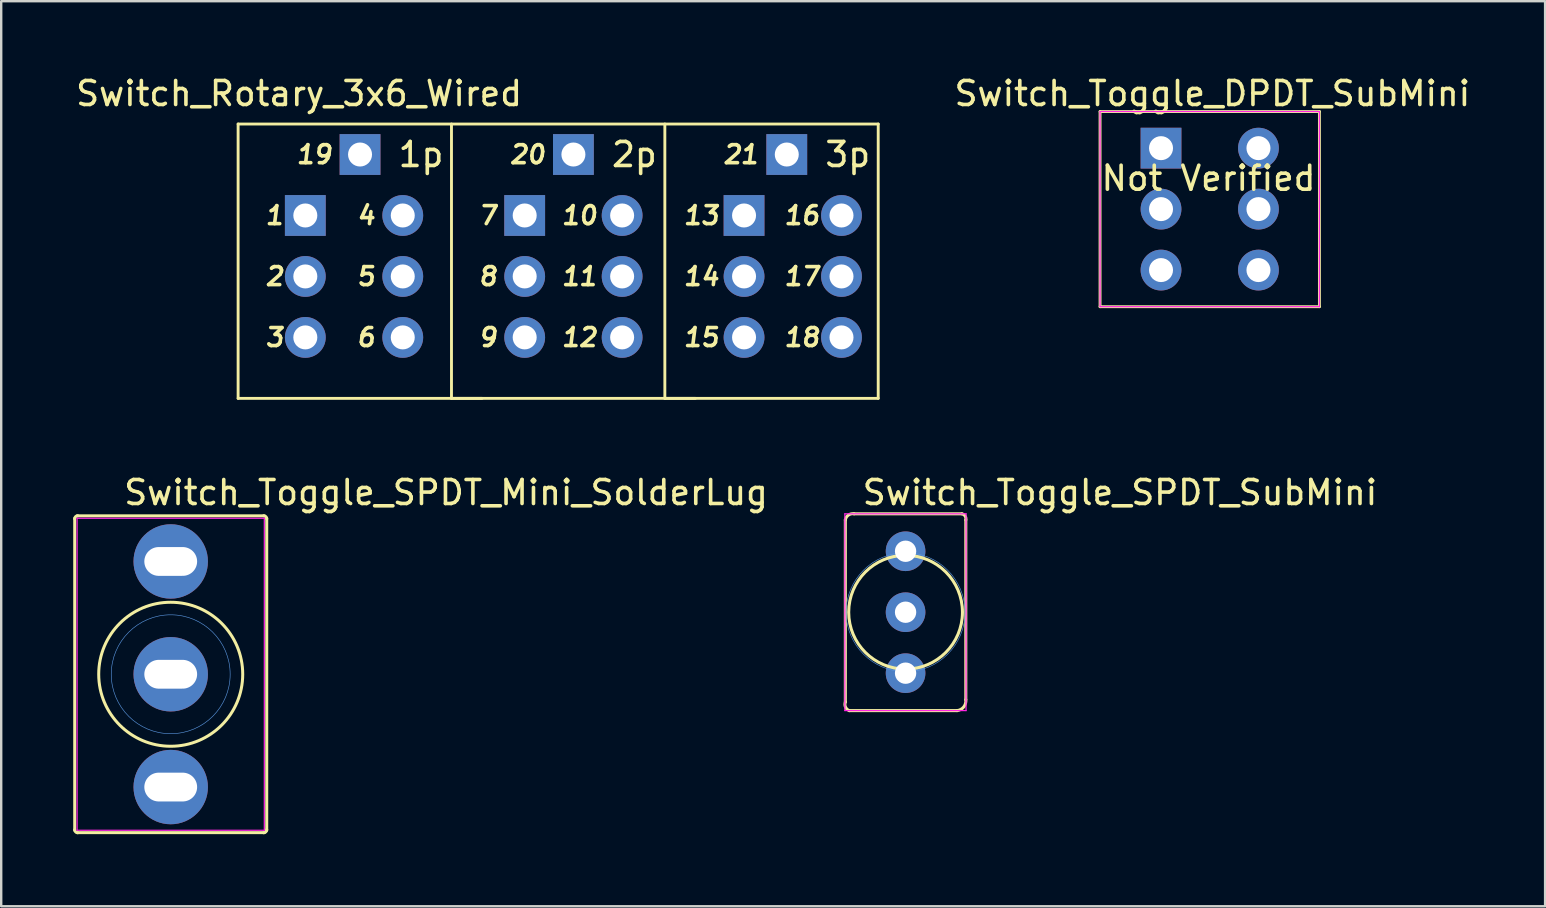
<source format=kicad_pcb>
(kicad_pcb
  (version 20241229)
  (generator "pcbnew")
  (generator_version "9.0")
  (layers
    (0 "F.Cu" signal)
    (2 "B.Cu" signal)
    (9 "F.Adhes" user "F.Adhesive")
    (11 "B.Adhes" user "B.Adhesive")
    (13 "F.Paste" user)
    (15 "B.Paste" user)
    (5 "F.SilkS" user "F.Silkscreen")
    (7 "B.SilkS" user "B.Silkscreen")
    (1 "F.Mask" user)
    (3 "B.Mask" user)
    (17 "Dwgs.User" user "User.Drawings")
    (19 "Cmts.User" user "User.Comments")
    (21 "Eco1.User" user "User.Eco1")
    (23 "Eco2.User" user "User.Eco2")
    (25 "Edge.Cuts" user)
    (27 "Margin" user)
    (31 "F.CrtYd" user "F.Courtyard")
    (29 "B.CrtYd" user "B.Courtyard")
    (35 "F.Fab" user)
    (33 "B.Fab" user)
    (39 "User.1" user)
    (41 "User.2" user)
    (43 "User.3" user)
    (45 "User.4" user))
  (footprint "Switch_Toggle_SPDT_Mini_SolderLug"
    (layer "F.Cu")
    (at 4.063 25.043)
    (property "Reference" "Switch_Toggle_SPDT_Mini_SolderLug" (at -2.032 -6.985 0) (layer "F.SilkS") (effects (font (size 1 1) (thickness 0.15)) (justify left bottom)))
    (attr through_hole)
    (fp_line (start -4 6.5) (end -4 -6.5) (stroke (width 0.125) (type solid)) (layer "F.SilkS"))
    (fp_line (start -3.9 -6.6) (end 3.9 -6.6) (stroke (width 0.125) (type solid)) (layer "F.SilkS"))
    (fp_line (start 3.9 6.6) (end -3.9 6.6) (stroke (width 0.125) (type solid)) (layer "F.SilkS"))
    (fp_line (start 4 -6.5) (end 4 6.5) (stroke (width 0.125) (type solid)) (layer "F.SilkS"))
    (fp_arc (start -4.0005 -6.477) (mid -3.963303 -6.566803) (end -3.8735 -6.604) (stroke (width 0.125) (type solid)) (layer "F.SilkS"))
    (fp_arc (start -3.8735 6.604) (mid -3.963303 6.566803) (end -4.0005 6.477) (stroke (width 0.125) (type solid)) (layer "F.SilkS"))
    (fp_arc (start 3.8735 -6.604) (mid 3.963303 -6.566803) (end 4.0005 -6.477) (stroke (width 0.125) (type solid)) (layer "F.SilkS"))
    (fp_arc (start 4.0005 6.477) (mid 3.963303 6.566803) (end 3.8735 6.604) (stroke (width 0.125) (type solid)) (layer "F.SilkS"))
    (fp_circle (center 0 0) (end 3 0) (stroke (width 0.125) (type solid)) (fill no) (layer "F.SilkS"))
    (fp_circle (center 0 0) (end 2.477 0) (stroke (width 0.025) (type solid)) (fill no) (layer "Cmts.User"))
    (fp_line (start -3.9 -6.5) (end 3.9 -6.5) (stroke (width 0.05) (type solid)) (layer "F.CrtYd"))
    (fp_line (start -3.9 6.5) (end -3.9 -6.5) (stroke (width 0.05) (type solid)) (layer "F.CrtYd"))
    (fp_line (start 3.9 -6.5) (end 3.9 6.5) (stroke (width 0.05) (type solid)) (layer "F.CrtYd"))
    (fp_line (start 3.9 6.5) (end -3.9 6.5) (stroke (width 0.05) (type solid)) (layer "F.CrtYd"))
    (pad "1" thru_hole circle (at 0 -4.7) (size 3.1 3.1) (drill oval 2.2 1.2) (layers "*.Cu" "*.Mask"))
    (pad "2" thru_hole circle (at 0 0) (size 3.1 3.1) (drill oval 2.2 1.2) (layers "*.Cu" "*.Mask"))
    (pad "3" thru_hole circle (at 0 4.7) (size 3.1 3.1) (drill oval 2.2 1.2) (layers "*.Cu" "*.Mask")))
  (footprint "Switch_Rotary_3x6_Wired"
    (layer "F.Cu")
    (at 20.841 8.468)
    (property "Reference" "Switch_Rotary_3x6_Wired" (at -11.43 -7.62 180) (layer "F.SilkS") (effects (font (size 1 1) (thickness 0.15))))
    (attr through_hole)
    (fp_line (start -13.97 5.08) (end -13.97 -6.35) (stroke (width 0.12) (type solid)) (layer "F.SilkS"))
    (fp_line (start -13.97 5.08) (end 12.7 5.08) (stroke (width 0.12) (type solid)) (layer "F.SilkS"))
    (fp_line (start -5.08 5.08) (end -5.08 -6.35) (stroke (width 0.12) (type solid)) (layer "F.SilkS"))
    (fp_line (start -5.08 5.08) (end -3.81 5.08) (stroke (width 0.12) (type solid)) (layer "F.SilkS"))
    (fp_line (start 3.81 -6.35) (end 3.81 5.08) (stroke (width 0.12) (type solid)) (layer "F.SilkS"))
    (fp_line (start 3.81 5.08) (end 5.08 5.08) (stroke (width 0.12) (type solid)) (layer "F.SilkS"))
    (fp_line (start 12.7 -6.35) (end -13.97 -6.35) (stroke (width 0.12) (type solid)) (layer "F.SilkS"))
    (fp_line (start 12.7 -6.35) (end 12.7 5.08) (stroke (width 0.12) (type solid)) (layer "F.SilkS"))
    (fp_text user "15" (at 5.334 2.54 0) (unlocked yes) (layer "F.SilkS") (effects (font (size 0.75 0.75) (thickness 0.15) (italic yes))))
    (fp_text user "" (at 9.17 -4.815 0) (layer "F.SilkS") (effects (font (size 1 1) (thickness 0.15))))
    (fp_text user "19" (at -10.795 -5.08 0) (unlocked yes) (layer "F.SilkS") (effects (font (size 0.75 0.75) (thickness 0.15) (italic yes))))
    (fp_text user "9" (at -3.556 2.54 0) (unlocked yes) (layer "F.SilkS") (effects (font (size 0.75 0.75) (thickness 0.15) (italic yes))))
    (fp_text user "18" (at 9.525 2.54 0) (unlocked yes) (layer "F.SilkS") (effects (font (size 0.75 0.75) (thickness 0.15) (italic yes))))
    (fp_text user "" (at -9.11 -4.815 0) (layer "F.SilkS") (effects (font (size 1 1) (thickness 0.15))))
    (fp_text user "8" (at -3.556 0 0) (unlocked yes) (layer "F.SilkS") (effects (font (size 0.75 0.75) (thickness 0.15) (italic yes))))
    (fp_text user "5" (at -8.636 0 0) (unlocked yes) (layer "F.SilkS") (effects (font (size 0.75 0.75) (thickness 0.15) (italic yes))))
    (fp_text user "20" (at -1.905 -5.08 0) (unlocked yes) (layer "F.SilkS") (effects (font (size 0.75 0.75) (thickness 0.15) (italic yes))))
    (fp_text user "1" (at -12.446 -2.54 0) (unlocked yes) (layer "F.SilkS") (effects (font (size 0.75 0.75) (thickness 0.15) (italic yes))))
    (fp_text user "17" (at 9.525 0 0) (unlocked yes) (layer "F.SilkS") (effects (font (size 0.75 0.75) (thickness 0.15) (italic yes))))
    (fp_text user "6" (at -8.636 2.54 0) (unlocked yes) (layer "F.SilkS") (effects (font (size 0.75 0.75) (thickness 0.15) (italic yes))))
    (fp_text user "4" (at -8.636 -2.54 0) (unlocked yes) (layer "F.SilkS") (effects (font (size 0.75 0.75) (thickness 0.15) (italic yes))))
    (fp_text user "2p" (at 2.54 -5.08 0) (unlocked yes) (layer "F.SilkS") (effects (font (size 1 1) (thickness 0.15))))
    (fp_text user "13" (at 5.334 -2.54 0) (unlocked yes) (layer "F.SilkS") (effects (font (size 0.75 0.75) (thickness 0.15) (italic yes))))
    (fp_text user "2" (at -12.446 0 0) (unlocked yes) (layer "F.SilkS") (effects (font (size 0.75 0.75) (thickness 0.15) (italic yes))))
    (fp_text user "21" (at 6.985 -5.08 0) (unlocked yes) (layer "F.SilkS") (effects (font (size 0.75 0.75) (thickness 0.15) (italic yes))))
    (fp_text user "7" (at -3.556 -2.54 0) (unlocked yes) (layer "F.SilkS") (effects (font (size 0.75 0.75) (thickness 0.15) (italic yes))))
    (fp_text user "10" (at 0.254 -2.54 0) (unlocked yes) (layer "F.SilkS") (effects (font (size 0.75 0.75) (thickness 0.15) (italic yes))))
    (fp_text user "3p" (at 11.43 -5.08 0) (unlocked yes) (layer "F.SilkS") (effects (font (size 1 1) (thickness 0.15))))
    (fp_text user "" (at 0.03 -4.815 0) (layer "F.SilkS") (effects (font (size 1 1) (thickness 0.15))))
    (fp_text user "11" (at 0.254 0 0) (unlocked yes) (layer "F.SilkS") (effects (font (size 0.75 0.75) (thickness 0.15) (italic yes))))
    (fp_text user "3" (at -12.446 2.54 0) (unlocked yes) (layer "F.SilkS") (effects (font (size 0.75 0.75) (thickness 0.15) (italic yes))))
    (fp_text user "1p" (at -6.35 -5.08 0) (unlocked yes) (layer "F.SilkS") (effects (font (size 1 1) (thickness 0.15))))
    (fp_text user "16" (at 9.525 -2.54 0) (unlocked yes) (layer "F.SilkS") (effects (font (size 0.75 0.75) (thickness 0.15) (italic yes))))
    (fp_text user "14" (at 5.334 0 0) (unlocked yes) (layer "F.SilkS") (effects (font (size 0.75 0.75) (thickness 0.15) (italic yes))))
    (fp_text user "12" (at 0.254 2.54 0) (unlocked yes) (layer "F.SilkS") (effects (font (size 0.75 0.75) (thickness 0.15) (italic yes))))
    (pad "1" thru_hole rect (at -11.17 -2.54) (size 1.7 1.7) (drill 1) (layers "*.Cu" "*.Mask"))
    (pad "2" thru_hole oval (at -11.17 0) (size 1.7 1.7) (drill 1) (layers "*.Cu" "*.Mask"))
    (pad "3" thru_hole oval (at -11.17 2.54) (size 1.7 1.7) (drill 1) (layers "*.Cu" "*.Mask"))
    (pad "4" thru_hole oval (at -7.11 -2.54) (size 1.7 1.7) (drill 1) (layers "*.Cu" "*.Mask"))
    (pad "5" thru_hole oval (at -7.11 0) (size 1.7 1.7) (drill 1) (layers "*.Cu" "*.Mask"))
    (pad "6" thru_hole oval (at -7.11 2.54) (size 1.7 1.7) (drill 1) (layers "*.Cu" "*.Mask"))
    (pad "7" thru_hole rect (at -2.03 -2.54) (size 1.7 1.7) (drill 1) (layers "*.Cu" "*.Mask"))
    (pad "8" thru_hole oval (at -2.03 0) (size 1.7 1.7) (drill 1) (layers "*.Cu" "*.Mask"))
    (pad "9" thru_hole oval (at -2.03 2.54) (size 1.7 1.7) (drill 1) (layers "*.Cu" "*.Mask"))
    (pad "10" thru_hole oval (at 2.03 -2.54) (size 1.7 1.7) (drill 1) (layers "*.Cu" "*.Mask"))
    (pad "11" thru_hole oval (at 2.03 0) (size 1.7 1.7) (drill 1) (layers "*.Cu" "*.Mask"))
    (pad "12" thru_hole oval (at 2.03 2.54) (size 1.7 1.7) (drill 1) (layers "*.Cu" "*.Mask"))
    (pad "13" thru_hole rect (at 7.11 -2.54) (size 1.7 1.7) (drill 1) (layers "*.Cu" "*.Mask"))
    (pad "14" thru_hole oval (at 7.11 0) (size 1.7 1.7) (drill 1) (layers "*.Cu" "*.Mask"))
    (pad "15" thru_hole oval (at 7.11 2.54) (size 1.7 1.7) (drill 1) (layers "*.Cu" "*.Mask"))
    (pad "16" thru_hole oval (at 11.17 -2.54) (size 1.7 1.7) (drill 1) (layers "*.Cu" "*.Mask"))
    (pad "17" thru_hole oval (at 11.17 0) (size 1.7 1.7) (drill 1) (layers "*.Cu" "*.Mask"))
    (pad "18" thru_hole oval (at 11.17 2.54) (size 1.7 1.7) (drill 1) (layers "*.Cu" "*.Mask"))
    (pad "19" thru_hole rect (at -8.89 -5.08) (size 1.7 1.7) (drill 1) (layers "*.Cu" "*.Mask"))
    (pad "20" thru_hole rect (at 0 -5.08) (size 1.7 1.7) (drill 1) (layers "*.Cu" "*.Mask"))
    (pad "21" thru_hole rect (at 8.89 -5.08) (size 1.7 1.7) (drill 1) (layers "*.Cu" "*.Mask")))
  (footprint "Switch_Toggle_DPDT_SubMini"
    (layer "F.Cu")
    (at 47.334 5.648)
    (property "Reference" "Switch_Toggle_DPDT_SubMini" (at 0.13 -4.8 180) (layer "F.SilkS") (effects (font (size 1 1) (thickness 0.15))))
    (attr through_hole)
    (fp_line (start -4.55 -4.05) (end -4.55 4.08) (stroke (width 0.12) (type solid)) (layer "F.SilkS"))
    (fp_line (start -4.55 4.08) (end 4.59 4.08) (stroke (width 0.12) (type solid)) (layer "F.SilkS"))
    (fp_line (start 4.59 -4.05) (end -4.55 -4.05) (stroke (width 0.12) (type solid)) (layer "F.SilkS"))
    (fp_line (start 4.59 4.08) (end 4.59 -4.05) (stroke (width 0.12) (type solid)) (layer "F.SilkS"))
    (fp_line (start -4.55 -4.05) (end -4.55 4.08) (stroke (width 0.05) (type solid)) (layer "F.CrtYd"))
    (fp_line (start -4.55 4.08) (end 4.59 4.08) (stroke (width 0.05) (type solid)) (layer "F.CrtYd"))
    (fp_line (start 4.59 -4.05) (end -4.55 -4.05) (stroke (width 0.05) (type solid)) (layer "F.CrtYd"))
    (fp_line (start 4.59 4.08) (end 4.59 -4.05) (stroke (width 0.05) (type solid)) (layer "F.CrtYd"))
    (fp_text user "Not Verified" (at -0.03 -1.27 0) (layer "F.SilkS") (effects (font (size 1 1) (thickness 0.15))))
    (fp_text user "" (at 0.05 -4.8 0) (layer "F.SilkS") (effects (font (size 1 1) (thickness 0.15))))
    (pad "1" thru_hole rect (at -2.01 -2.525) (size 1.7 1.7) (drill 1) (layers "*.Cu" "*.Mask"))
    (pad "2" thru_hole oval (at -2.01 0.015) (size 1.7 1.7) (drill 1) (layers "*.Cu" "*.Mask"))
    (pad "3" thru_hole oval (at -2.01 2.555) (size 1.7 1.7) (drill 1) (layers "*.Cu" "*.Mask"))
    (pad "4" thru_hole oval (at 2.05 -2.525) (size 1.7 1.7) (drill 1) (layers "*.Cu" "*.Mask"))
    (pad "5" thru_hole oval (at 2.05 0.015) (size 1.7 1.7) (drill 1) (layers "*.Cu" "*.Mask"))
    (pad "6" thru_hole oval (at 2.05 2.555) (size 1.7 1.7) (drill 1) (layers "*.Cu" "*.Mask")))
  (footprint "Switch_Toggle_SPDT_SubMini"
    (layer "F.Cu")
    (at 34.681 22.458)
    (property "Reference" "Switch_Toggle_SPDT_SubMini" (at -1.88 -4.4 0) (layer "F.SilkS") (effects (font (size 1 1) (thickness 0.15)) (justify left bottom)))
    (attr through_hole)
    (fp_line (start -2.51 3.746) (end -2.51 -3.846) (stroke (width 0.127) (type solid)) (layer "F.SilkS"))
    (fp_line (start -2.146 -4.1) (end 2.346 -4.1) (stroke (width 0.127) (type solid)) (layer "F.SilkS"))
    (fp_line (start 2.146 4.1) (end -2.346 4.1) (stroke (width 0.127) (type solid)) (layer "F.SilkS"))
    (fp_line (start 2.51 -3.846) (end 2.51 3.646) (stroke (width 0.127) (type solid)) (layer "F.SilkS"))
    (fp_arc (start -2.51 -3.846) (mid -2.380625 -4.048417) (end -2.145999 -4.100001) (stroke (width 0.127) (type solid)) (layer "F.SilkS"))
    (fp_arc (start -2.346 4.1) (mid -2.501345 3.956979) (end -2.51 3.746) (stroke (width 0.127) (type solid)) (layer "F.SilkS"))
    (fp_arc (start 2.346 -4.1) (mid 2.480605 -4.006966) (end 2.51 -3.846) (stroke (width 0.127) (type solid)) (layer "F.SilkS"))
    (fp_arc (start 2.51 3.646) (mid 2.422026 3.948387) (end 2.146 4.1) (stroke (width 0.127) (type solid)) (layer "F.SilkS"))
    (fp_circle (center 0 0) (end 2.37 0) (stroke (width 0.127) (type solid)) (fill no) (layer "F.SilkS"))
    (fp_circle (center 0 0) (end 2.477 0) (stroke (width 0.025) (type solid)) (fill no) (layer "Cmts.User"))
    (fp_line (start -2.53 -4.1) (end 2.52 -4.1) (stroke (width 0.05) (type solid)) (layer "F.CrtYd"))
    (fp_line (start -2.53 4.1) (end -2.53 -4.1) (stroke (width 0.05) (type solid)) (layer "F.CrtYd"))
    (fp_line (start 2.52 -4.1) (end 2.52 4.1) (stroke (width 0.05) (type solid)) (layer "F.CrtYd"))
    (fp_line (start 2.52 4.1) (end -2.53 4.1) (stroke (width 0.05) (type solid)) (layer "F.CrtYd"))
    (pad "1" thru_hole circle (at 0 -2.54) (size 1.651 1.651) (drill 0.889) (layers "*.Cu" "*.Mask"))
    (pad "2" thru_hole circle (at 0 0) (size 1.651 1.651) (drill 0.889) (layers "*.Cu" "*.Mask"))
    (pad "3" thru_hole circle (at 0 2.54) (size 1.651 1.651) (drill 0.889) (layers "*.Cu" "*.Mask")))
  (gr_rect
    (start -3 -3)
    (end 61.327 34.71)
    (stroke (width 0.1) (type default))
    (fill no)
    (layer "Edge.Cuts")))
</source>
